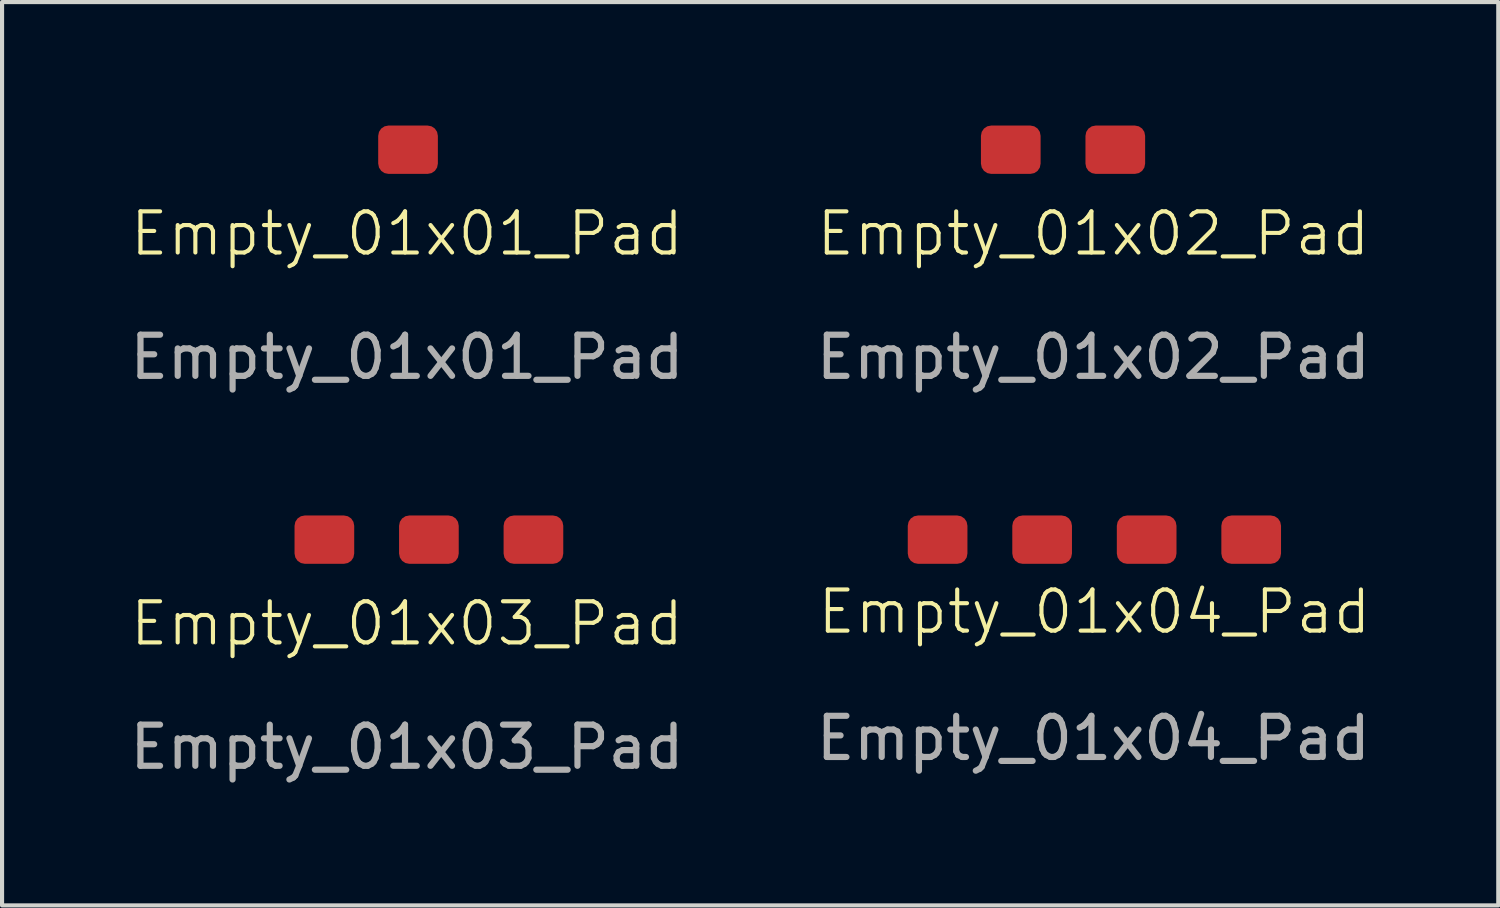
<source format=kicad_pcb>
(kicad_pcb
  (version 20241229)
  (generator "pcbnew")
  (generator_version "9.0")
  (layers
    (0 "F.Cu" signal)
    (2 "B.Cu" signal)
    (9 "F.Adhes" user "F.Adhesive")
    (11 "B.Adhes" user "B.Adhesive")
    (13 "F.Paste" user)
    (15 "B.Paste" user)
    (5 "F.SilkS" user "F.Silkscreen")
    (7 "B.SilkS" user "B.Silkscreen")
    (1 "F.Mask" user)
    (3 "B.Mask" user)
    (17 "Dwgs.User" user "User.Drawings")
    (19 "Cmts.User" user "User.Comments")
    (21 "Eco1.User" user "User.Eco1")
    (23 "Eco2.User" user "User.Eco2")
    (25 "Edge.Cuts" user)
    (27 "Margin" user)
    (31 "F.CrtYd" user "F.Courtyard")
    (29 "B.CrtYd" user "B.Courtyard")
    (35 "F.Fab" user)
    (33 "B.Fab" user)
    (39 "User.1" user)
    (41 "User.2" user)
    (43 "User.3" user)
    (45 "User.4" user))
  (footprint "Empty_01x03_Pad"
    (layer "F.Cu")
    (at 7.372 10.063)
    (property "Reference" "Empty_01x03_Pad" (at -0.533 2.04 0) (unlocked yes) (layer "F.SilkS") (effects (font (size 1 1) (thickness 0.1))))
    (attr smd)
    (fp_text user "${REFERENCE}" (at -0.533 5.04 0) (unlocked yes) (layer "F.Fab") (effects (font (size 1 1) (thickness 0.15))))
    (pad "1" smd roundrect (at -2.54 0 90) (size 1.175 1.45) (layers "F.Cu" "F.Mask" "F.Paste") (roundrect_rratio 0.213))
    (pad "2" smd roundrect (at 0 0 90) (size 1.175 1.45) (layers "F.Cu" "F.Mask" "F.Paste") (roundrect_rratio 0.213))
    (pad "3" smd roundrect (at 2.54 0 90) (size 1.175 1.45) (layers "F.Cu" "F.Mask" "F.Paste") (roundrect_rratio 0.213)))
  (footprint "Empty_01x04_Pad"
    (layer "F.Cu")
    (at 23.543 10.063)
    (property "Reference" "Empty_01x04_Pad" (at 0 1.753 0) (unlocked yes) (layer "F.SilkS") (effects (font (size 1 1) (thickness 0.1))))
    (attr smd)
    (fp_text user "${REFERENCE}" (at -0.025 4.826 0) (unlocked yes) (layer "F.Fab") (effects (font (size 1 1) (thickness 0.15))))
    (pad "1" smd roundrect (at -3.81 0 90) (size 1.175 1.45) (layers "F.Cu" "F.Mask" "F.Paste") (roundrect_rratio 0.213))
    (pad "2" smd roundrect (at -1.27 0 90) (size 1.175 1.45) (layers "F.Cu" "F.Mask" "F.Paste") (roundrect_rratio 0.213))
    (pad "3" smd roundrect (at 1.27 0 90) (size 1.175 1.45) (layers "F.Cu" "F.Mask" "F.Paste") (roundrect_rratio 0.213))
    (pad "4" smd roundrect (at 3.81 0 90) (size 1.175 1.45) (layers "F.Cu" "F.Mask" "F.Paste") (roundrect_rratio 0.213)))
  (footprint "Empty_01x01_Pad"
    (layer "F.Cu")
    (at 6.865 0.588)
    (property "Reference" "Empty_01x01_Pad" (at -0.025 2.04 0) (unlocked yes) (layer "F.SilkS") (effects (font (size 1 1) (thickness 0.1))))
    (attr smd)
    (fp_text user "${REFERENCE}" (at -0.025 5.04 0) (unlocked yes) (layer "F.Fab") (effects (font (size 1 1) (thickness 0.15))))
    (pad "1" smd roundrect (at 0 0 90) (size 1.175 1.45) (layers "F.Cu" "F.Mask" "F.Paste") (roundrect_rratio 0.213)))
  (footprint "Empty_01x02_Pad"
    (layer "F.Cu")
    (at 22.781 0.588)
    (property "Reference" "Empty_01x02_Pad" (at 0.737 2.04 0) (unlocked yes) (layer "F.SilkS") (effects (font (size 1 1) (thickness 0.1))))
    (attr smd)
    (fp_text user "${REFERENCE}" (at 0.737 5.04 0) (unlocked yes) (layer "F.Fab") (effects (font (size 1 1) (thickness 0.15))))
    (pad "1" smd roundrect (at -1.27 0 90) (size 1.175 1.45) (layers "F.Cu" "F.Mask" "F.Paste") (roundrect_rratio 0.213))
    (pad "2" smd roundrect (at 1.27 0 90) (size 1.175 1.45) (layers "F.Cu" "F.Mask" "F.Paste") (roundrect_rratio 0.213)))
  (gr_rect
    (start -3 -3)
    (end 33.357 18.951)
    (stroke (width 0.1) (type default))
    (fill no)
    (layer "Edge.Cuts")))
</source>
